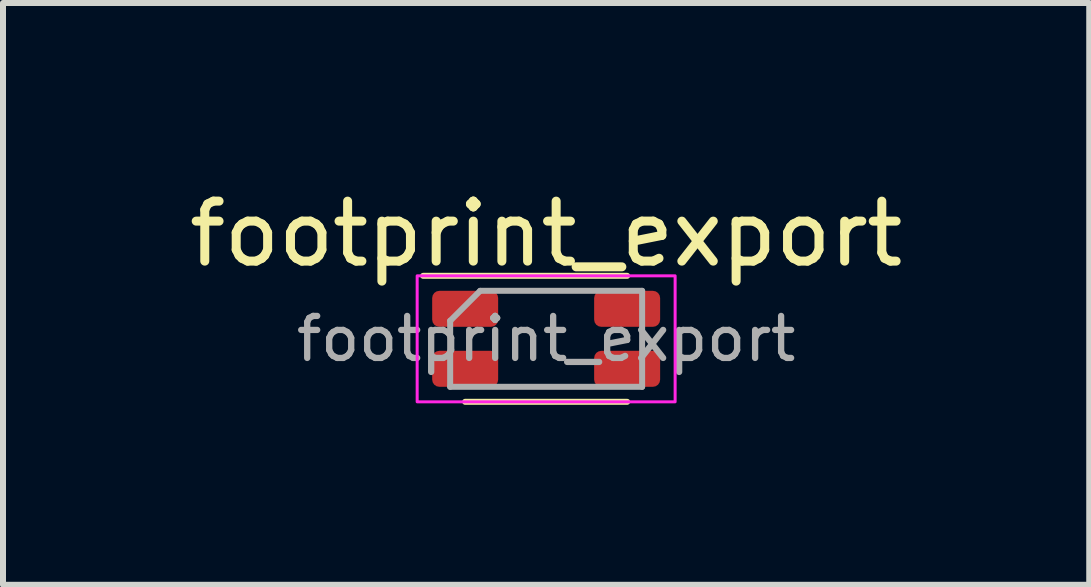
<source format=kicad_pcb>
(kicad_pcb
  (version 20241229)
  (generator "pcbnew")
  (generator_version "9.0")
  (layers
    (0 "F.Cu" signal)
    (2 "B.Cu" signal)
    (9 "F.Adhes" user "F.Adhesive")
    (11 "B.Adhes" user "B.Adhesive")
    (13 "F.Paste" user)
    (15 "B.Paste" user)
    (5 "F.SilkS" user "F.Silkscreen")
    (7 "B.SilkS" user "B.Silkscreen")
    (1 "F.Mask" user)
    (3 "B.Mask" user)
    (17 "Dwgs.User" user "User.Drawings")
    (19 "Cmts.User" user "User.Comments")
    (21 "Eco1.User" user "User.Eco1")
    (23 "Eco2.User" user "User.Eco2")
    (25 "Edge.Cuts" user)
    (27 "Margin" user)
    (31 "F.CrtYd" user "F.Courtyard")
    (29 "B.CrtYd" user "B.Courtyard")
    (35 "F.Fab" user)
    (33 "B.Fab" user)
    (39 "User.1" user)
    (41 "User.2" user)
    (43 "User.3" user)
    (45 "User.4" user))
  (footprint "footprint_export"
    (layer "F.Cu")
    (at 6.054 2.598)
    (property "Reference" "footprint_export" (at 0 -1.75 0) (unlocked yes) (layer "F.SilkS") (effects (font (size 1 1) (thickness 0.15))))
    (attr smd)
    (fp_line (start -2.05 -1.05) (end 1.35 -1.05) (stroke (width 0.1) (type default)) (layer "F.SilkS"))
    (fp_line (start -1.35 1.05) (end 1.35 1.05) (stroke (width 0.1) (type default)) (layer "F.SilkS"))
    (fp_rect (start -2.15 -1.05) (end 2.15 1.05) (stroke (width 0.05) (type default)) (fill no) (layer "F.CrtYd"))
    (fp_line (start -1.6 -0.3) (end -1.1 -0.8) (stroke (width 0.1) (type default)) (layer "F.Fab"))
    (fp_line (start -1.6 0.8) (end -1.6 -0.3) (stroke (width 0.1) (type default)) (layer "F.Fab"))
    (fp_line (start -1.1 -0.8) (end 1.6 -0.8) (stroke (width 0.1) (type default)) (layer "F.Fab"))
    (fp_line (start 1.6 -0.8) (end 1.6 0.8) (stroke (width 0.1) (type default)) (layer "F.Fab"))
    (fp_line (start 1.6 0.8) (end -1.6 0.8) (stroke (width 0.1) (type default)) (layer "F.Fab"))
    (fp_text user "${REFERENCE}" (at 0 0 0) (unlocked yes) (layer "F.Fab") (effects (font (size 0.7 0.7) (thickness 0.105))))
    (pad "1" smd roundrect (at -1.35 -0.5) (size 1.1 0.6) (layers "F.Cu" "F.Mask" "F.Paste") (roundrect_rratio 0.2))
    (pad "2" smd roundrect (at 1.35 -0.5) (size 1.1 0.6) (layers "F.Cu" "F.Mask" "F.Paste") (roundrect_rratio 0.2))
    (pad "3" smd roundrect (at 1.35 0.5) (size 1.1 0.6) (layers "F.Cu" "F.Mask" "F.Paste") (roundrect_rratio 0.2))
    (pad "4" smd roundrect (at -1.35 0.5) (size 1.1 0.6) (layers "F.Cu" "F.Mask" "F.Paste") (roundrect_rratio 0.2)))
  (gr_rect
    (start -3 -3)
    (end 15.107 6.698)
    (stroke (width 0.1) (type default))
    (fill no)
    (layer "Edge.Cuts")))
</source>
